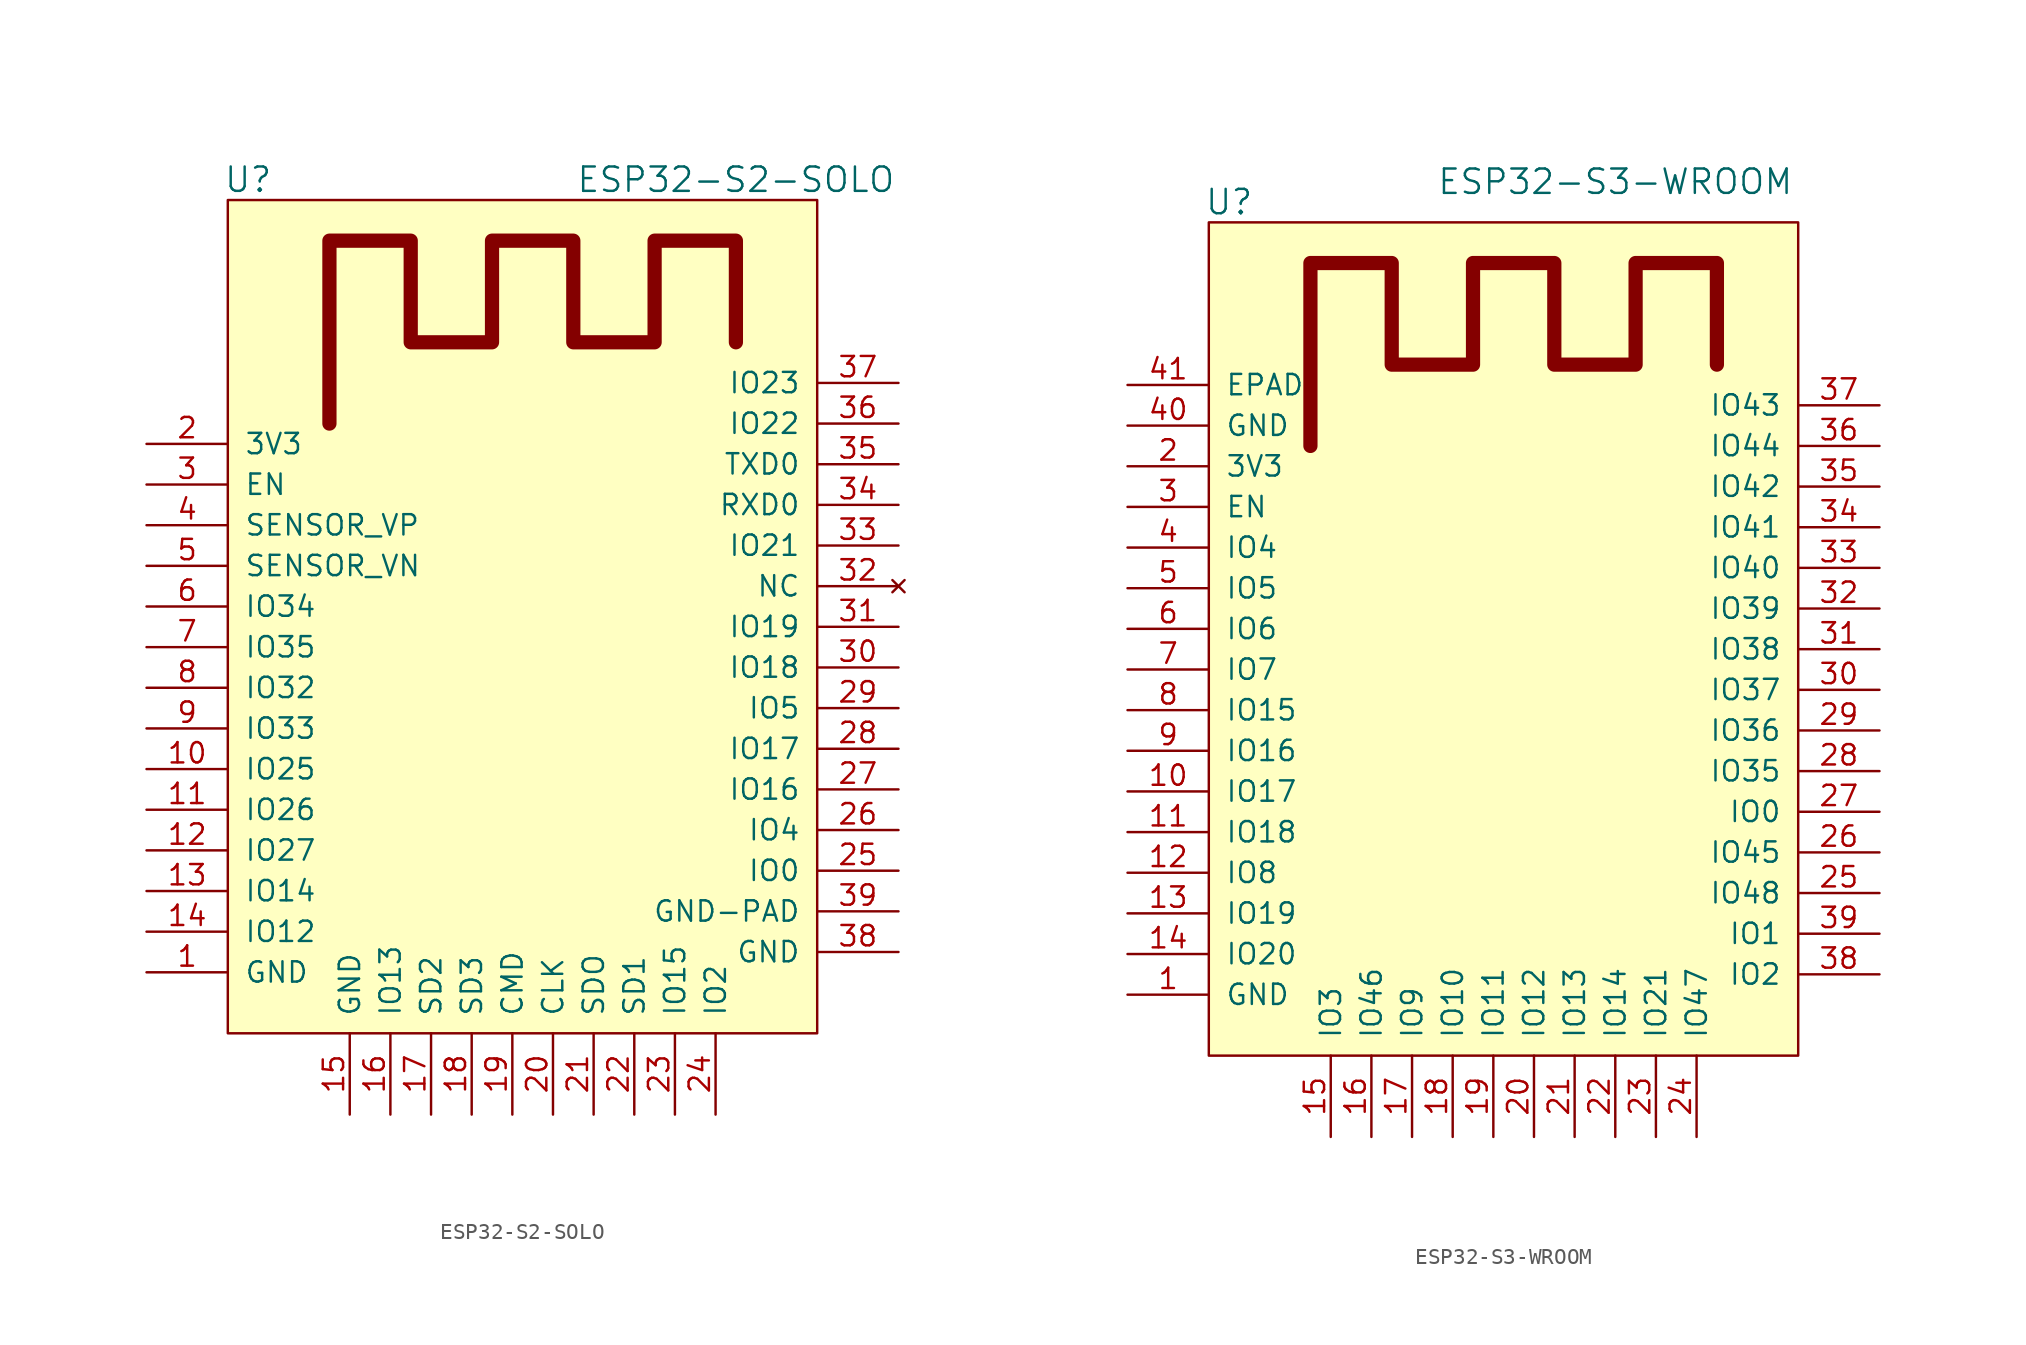
<source format=kicad_sym>
(kicad_symbol_lib
  (version 20220914)
  (generator kicad_symbol_editor)
  (symbol "ESP32-S2-SOLO"
    (pin_names
      (offset 1.016))
    (property "Reference" "U"
      (at -17.78 31.75 0)
      (effects (font (size 1.524 1.524))))
    (property "Value" "ESP32-S2-SOLO"
      (at 12.7 31.75 0)
      (effects (font (size 1.524 1.524))))
    (symbol "ESP32-S2-SOLO_0_1"
      (rectangle (start -19.05 30.48) (end 17.78 -21.59) (stroke (width 0) (type solid)) (fill (type background)))
      (polyline (pts (xy -12.7 16.51) (xy -12.7 27.94) (xy -7.62 27.94) (xy -7.62 21.59) (xy -2.54 21.59) (xy -2.54 27.94) (xy 2.54 27.94) (xy 2.54 21.59) (xy 7.62 21.59) (xy 7.62 27.94) (xy 12.7 27.94) (xy 12.7 21.59)) (stroke (width 0.889) (type solid)) (fill (type none))))
    (symbol "ESP32-S2-SOLO_1_1"
      (pin power_out line (at -24.13 -17.78 0) (length 5.08) (name "GND" (effects (font (size 1.27 1.27)))) (number "1" (effects (font (size 1.27 1.27)))))
      (pin bidirectional line (at -24.13 -5.08 0) (length 5.08) (name "IO25" (effects (font (size 1.27 1.27)))) (number "10" (effects (font (size 1.27 1.27)))))
      (pin bidirectional line (at -24.13 -7.62 0) (length 5.08) (name "IO26" (effects (font (size 1.27 1.27)))) (number "11" (effects (font (size 1.27 1.27)))))
      (pin bidirectional line (at -24.13 -10.16 0) (length 5.08) (name "IO27" (effects (font (size 1.27 1.27)))) (number "12" (effects (font (size 1.27 1.27)))))
      (pin bidirectional line (at -24.13 -12.7 0) (length 5.08) (name "IO14" (effects (font (size 1.27 1.27)))) (number "13" (effects (font (size 1.27 1.27)))))
      (pin bidirectional line (at -24.13 -15.24 0) (length 5.08) (name "IO12" (effects (font (size 1.27 1.27)))) (number "14" (effects (font (size 1.27 1.27)))))
      (pin power_in line (at -11.43 -26.67 90) (length 5.08) (name "GND" (effects (font (size 1.27 1.27)))) (number "15" (effects (font (size 1.27 1.27)))))
      (pin bidirectional line (at -8.89 -26.67 90) (length 5.08) (name "IO13" (effects (font (size 1.27 1.27)))) (number "16" (effects (font (size 1.27 1.27)))))
      (pin bidirectional line (at -6.35 -26.67 90) (length 5.08) (name "SD2" (effects (font (size 1.27 1.27)))) (number "17" (effects (font (size 1.27 1.27)))))
      (pin bidirectional line (at -3.81 -26.67 90) (length 5.08) (name "SD3" (effects (font (size 1.27 1.27)))) (number "18" (effects (font (size 1.27 1.27)))))
      (pin bidirectional line (at -1.27 -26.67 90) (length 5.08) (name "CMD" (effects (font (size 1.27 1.27)))) (number "19" (effects (font (size 1.27 1.27)))))
      (pin power_in line (at -24.13 15.24 0) (length 5.08) (name "3V3" (effects (font (size 1.27 1.27)))) (number "2" (effects (font (size 1.27 1.27)))))
      (pin input line (at 1.27 -26.67 90) (length 5.08) (name "CLK" (effects (font (size 1.27 1.27)))) (number "20" (effects (font (size 1.27 1.27)))))
      (pin bidirectional line (at 3.81 -26.67 90) (length 5.08) (name "SDO" (effects (font (size 1.27 1.27)))) (number "21" (effects (font (size 1.27 1.27)))))
      (pin bidirectional line (at 6.35 -26.67 90) (length 5.08) (name "SD1" (effects (font (size 1.27 1.27)))) (number "22" (effects (font (size 1.27 1.27)))))
      (pin bidirectional line (at 8.89 -26.67 90) (length 5.08) (name "IO15" (effects (font (size 1.27 1.27)))) (number "23" (effects (font (size 1.27 1.27)))))
      (pin bidirectional line (at 11.43 -26.67 90) (length 5.08) (name "IO2" (effects (font (size 1.27 1.27)))) (number "24" (effects (font (size 1.27 1.27)))))
      (pin bidirectional line (at 22.86 -11.43 180) (length 5.08) (name "IO0" (effects (font (size 1.27 1.27)))) (number "25" (effects (font (size 1.27 1.27)))))
      (pin input line (at 22.86 -8.89 180) (length 5.08) (name "IO4" (effects (font (size 1.27 1.27)))) (number "26" (effects (font (size 1.27 1.27)))))
      (pin bidirectional line (at 22.86 -6.35 180) (length 5.08) (name "IO16" (effects (font (size 1.27 1.27)))) (number "27" (effects (font (size 1.27 1.27)))))
      (pin bidirectional line (at 22.86 -3.81 180) (length 5.08) (name "IO17" (effects (font (size 1.27 1.27)))) (number "28" (effects (font (size 1.27 1.27)))))
      (pin bidirectional line (at 22.86 -1.27 180) (length 5.08) (name "IO5" (effects (font (size 1.27 1.27)))) (number "29" (effects (font (size 1.27 1.27)))))
      (pin input line (at -24.13 12.7 0) (length 5.08) (name "EN" (effects (font (size 1.27 1.27)))) (number "3" (effects (font (size 1.27 1.27)))))
      (pin input line (at 22.86 1.27 180) (length 5.08) (name "IO18" (effects (font (size 1.27 1.27)))) (number "30" (effects (font (size 1.27 1.27)))))
      (pin bidirectional line (at 22.86 3.81 180) (length 5.08) (name "IO19" (effects (font (size 1.27 1.27)))) (number "31" (effects (font (size 1.27 1.27)))))
      (pin no_connect line (at 22.86 6.35 180) (length 5.08) (name "NC" (effects (font (size 1.27 1.27)))) (number "32" (effects (font (size 1.27 1.27)))))
      (pin bidirectional line (at 22.86 8.89 180) (length 5.08) (name "IO21" (effects (font (size 1.27 1.27)))) (number "33" (effects (font (size 1.27 1.27)))))
      (pin bidirectional line (at 22.86 11.43 180) (length 5.08) (name "RXD0" (effects (font (size 1.27 1.27)))) (number "34" (effects (font (size 1.27 1.27)))))
      (pin bidirectional line (at 22.86 13.97 180) (length 5.08) (name "TXD0" (effects (font (size 1.27 1.27)))) (number "35" (effects (font (size 1.27 1.27)))))
      (pin bidirectional line (at 22.86 16.51 180) (length 5.08) (name "IO22" (effects (font (size 1.27 1.27)))) (number "36" (effects (font (size 1.27 1.27)))))
      (pin bidirectional line (at 22.86 19.05 180) (length 5.08) (name "IO23" (effects (font (size 1.27 1.27)))) (number "37" (effects (font (size 1.27 1.27)))))
      (pin power_in line (at 22.86 -16.51 180) (length 5.08) (name "GND" (effects (font (size 1.27 1.27)))) (number "38" (effects (font (size 1.27 1.27)))))
      (pin power_in line (at 22.86 -13.97 180) (length 5.08) (name "GND-PAD" (effects (font (size 1.27 1.27)))) (number "39" (effects (font (size 1.27 1.27)))))
      (pin input line (at -24.13 10.16 0) (length 5.08) (name "SENSOR_VP" (effects (font (size 1.27 1.27)))) (number "4" (effects (font (size 1.27 1.27)))))
      (pin input line (at -24.13 7.62 0) (length 5.08) (name "SENSOR_VN" (effects (font (size 1.27 1.27)))) (number "5" (effects (font (size 1.27 1.27)))))
      (pin bidirectional line (at -24.13 5.08 0) (length 5.08) (name "IO34" (effects (font (size 1.27 1.27)))) (number "6" (effects (font (size 1.27 1.27)))))
      (pin bidirectional line (at -24.13 2.54 0) (length 5.08) (name "IO35" (effects (font (size 1.27 1.27)))) (number "7" (effects (font (size 1.27 1.27)))))
      (pin bidirectional line (at -24.13 0 0) (length 5.08) (name "IO32" (effects (font (size 1.27 1.27)))) (number "8" (effects (font (size 1.27 1.27)))))
      (pin bidirectional line (at -24.13 -2.54 0) (length 5.08) (name "IO33" (effects (font (size 1.27 1.27)))) (number "9" (effects (font (size 1.27 1.27)))))))
  (symbol "ESP32-S3-WROOM"
    (pin_names
      (offset 1.016))
    (property "Reference" "U"
      (at -17.78 31.75 0)
      (effects (font (size 1.524 1.524))))
    (property "Value" "ESP32-S3-WROOM"
      (at 6.35 33.02 0)
      (effects (font (size 1.524 1.524))))
    (symbol "ESP32-S3-WROOM_0_1"
      (rectangle (start -19.05 30.48) (end 17.78 -21.59) (stroke (width 0) (type solid)) (fill (type background)))
      (polyline (pts (xy -12.7 16.51) (xy -12.7 27.94) (xy -7.62 27.94) (xy -7.62 21.59) (xy -2.54 21.59) (xy -2.54 27.94) (xy 2.54 27.94) (xy 2.54 21.59) (xy 7.62 21.59) (xy 7.62 27.94) (xy 12.7 27.94) (xy 12.7 21.59)) (stroke (width 0.889) (type solid)) (fill (type none))))
    (symbol "ESP32-S3-WROOM_1_1"
      (pin passive line (at -24.13 -17.78 0) (length 5.08) (name "GND" (effects (font (size 1.27 1.27)))) (number "1" (effects (font (size 1.27 1.27)))))
      (pin passive line (at -24.13 -5.08 0) (length 5.08) (name "IO17" (effects (font (size 1.27 1.27)))) (number "10" (effects (font (size 1.27 1.27)))))
      (pin passive line (at -24.13 -7.62 0) (length 5.08) (name "IO18" (effects (font (size 1.27 1.27)))) (number "11" (effects (font (size 1.27 1.27)))))
      (pin passive line (at -24.13 -10.16 0) (length 5.08) (name "IO8" (effects (font (size 1.27 1.27)))) (number "12" (effects (font (size 1.27 1.27)))))
      (pin passive line (at -24.13 -12.7 0) (length 5.08) (name "IO19" (effects (font (size 1.27 1.27)))) (number "13" (effects (font (size 1.27 1.27)))))
      (pin passive line (at -24.13 -15.24 0) (length 5.08) (name "IO20" (effects (font (size 1.27 1.27)))) (number "14" (effects (font (size 1.27 1.27)))))
      (pin passive line (at -11.43 -26.67 90) (length 5.08) (name "IO3" (effects (font (size 1.27 1.27)))) (number "15" (effects (font (size 1.27 1.27)))))
      (pin passive line (at -8.89 -26.67 90) (length 5.08) (name "IO46" (effects (font (size 1.27 1.27)))) (number "16" (effects (font (size 1.27 1.27)))))
      (pin passive line (at -6.35 -26.67 90) (length 5.08) (name "IO9" (effects (font (size 1.27 1.27)))) (number "17" (effects (font (size 1.27 1.27)))))
      (pin passive line (at -3.81 -26.67 90) (length 5.08) (name "IO10" (effects (font (size 1.27 1.27)))) (number "18" (effects (font (size 1.27 1.27)))))
      (pin passive line (at -1.27 -26.67 90) (length 5.08) (name "IO11" (effects (font (size 1.27 1.27)))) (number "19" (effects (font (size 1.27 1.27)))))
      (pin power_in line (at -24.13 15.24 0) (length 5.08) (name "3V3" (effects (font (size 1.27 1.27)))) (number "2" (effects (font (size 1.27 1.27)))))
      (pin passive line (at 1.27 -26.67 90) (length 5.08) (name "IO12" (effects (font (size 1.27 1.27)))) (number "20" (effects (font (size 1.27 1.27)))))
      (pin passive line (at 3.81 -26.67 90) (length 5.08) (name "IO13" (effects (font (size 1.27 1.27)))) (number "21" (effects (font (size 1.27 1.27)))))
      (pin passive line (at 6.35 -26.67 90) (length 5.08) (name "IO14" (effects (font (size 1.27 1.27)))) (number "22" (effects (font (size 1.27 1.27)))))
      (pin passive line (at 8.89 -26.67 90) (length 5.08) (name "IO21" (effects (font (size 1.27 1.27)))) (number "23" (effects (font (size 1.27 1.27)))))
      (pin passive line (at 11.43 -26.67 90) (length 5.08) (name "IO47" (effects (font (size 1.27 1.27)))) (number "24" (effects (font (size 1.27 1.27)))))
      (pin passive line (at 22.86 -11.43 180) (length 5.08) (name "IO48" (effects (font (size 1.27 1.27)))) (number "25" (effects (font (size 1.27 1.27)))))
      (pin passive line (at 22.86 -8.89 180) (length 5.08) (name "IO45" (effects (font (size 1.27 1.27)))) (number "26" (effects (font (size 1.27 1.27)))))
      (pin passive line (at 22.86 -6.35 180) (length 5.08) (name "IO0" (effects (font (size 1.27 1.27)))) (number "27" (effects (font (size 1.27 1.27)))))
      (pin passive line (at 22.86 -3.81 180) (length 5.08) (name "IO35" (effects (font (size 1.27 1.27)))) (number "28" (effects (font (size 1.27 1.27)))))
      (pin passive line (at 22.86 -1.27 180) (length 5.08) (name "IO36" (effects (font (size 1.27 1.27)))) (number "29" (effects (font (size 1.27 1.27)))))
      (pin input line (at -24.13 12.7 0) (length 5.08) (name "EN" (effects (font (size 1.27 1.27)))) (number "3" (effects (font (size 1.27 1.27)))))
      (pin input line (at 22.86 1.27 180) (length 5.08) (name "IO37" (effects (font (size 1.27 1.27)))) (number "30" (effects (font (size 1.27 1.27)))))
      (pin passive line (at 22.86 3.81 180) (length 5.08) (name "IO38" (effects (font (size 1.27 1.27)))) (number "31" (effects (font (size 1.27 1.27)))))
      (pin passive line (at 22.86 6.35 180) (length 5.08) (name "IO39" (effects (font (size 1.27 1.27)))) (number "32" (effects (font (size 1.27 1.27)))))
      (pin passive line (at 22.86 8.89 180) (length 5.08) (name "IO40" (effects (font (size 1.27 1.27)))) (number "33" (effects (font (size 1.27 1.27)))))
      (pin passive line (at 22.86 11.43 180) (length 5.08) (name "IO41" (effects (font (size 1.27 1.27)))) (number "34" (effects (font (size 1.27 1.27)))))
      (pin passive line (at 22.86 13.97 180) (length 5.08) (name "IO42" (effects (font (size 1.27 1.27)))) (number "35" (effects (font (size 1.27 1.27)))))
      (pin passive line (at 22.86 16.51 180) (length 5.08) (name "IO44" (effects (font (size 1.27 1.27)))) (number "36" (effects (font (size 1.27 1.27)))))
      (pin passive line (at 22.86 19.05 180) (length 5.08) (name "IO43" (effects (font (size 1.27 1.27)))) (number "37" (effects (font (size 1.27 1.27)))))
      (pin passive line (at 22.86 -16.51 180) (length 5.08) (name "IO2" (effects (font (size 1.27 1.27)))) (number "38" (effects (font (size 1.27 1.27)))))
      (pin passive line (at 22.86 -13.97 180) (length 5.08) (name "IO1" (effects (font (size 1.27 1.27)))) (number "39" (effects (font (size 1.27 1.27)))))
      (pin passive line (at -24.13 10.16 0) (length 5.08) (name "IO4" (effects (font (size 1.27 1.27)))) (number "4" (effects (font (size 1.27 1.27)))))
      (pin passive line (at -24.13 17.78 0) (length 5.08) (name "GND" (effects (font (size 1.27 1.27)))) (number "40" (effects (font (size 1.27 1.27)))))
      (pin passive line (at -24.13 20.32 0) (length 5.08) (name "EPAD" (effects (font (size 1.27 1.27)))) (number "41" (effects (font (size 1.27 1.27)))))
      (pin passive line (at -24.13 7.62 0) (length 5.08) (name "IO5" (effects (font (size 1.27 1.27)))) (number "5" (effects (font (size 1.27 1.27)))))
      (pin passive line (at -24.13 5.08 0) (length 5.08) (name "IO6" (effects (font (size 1.27 1.27)))) (number "6" (effects (font (size 1.27 1.27)))))
      (pin passive line (at -24.13 2.54 0) (length 5.08) (name "IO7" (effects (font (size 1.27 1.27)))) (number "7" (effects (font (size 1.27 1.27)))))
      (pin passive line (at -24.13 0 0) (length 5.08) (name "IO15" (effects (font (size 1.27 1.27)))) (number "8" (effects (font (size 1.27 1.27)))))
      (pin passive line (at -24.13 -2.54 0) (length 5.08) (name "IO16" (effects (font (size 1.27 1.27)))) (number "9" (effects (font (size 1.27 1.27))))))))
</source>
